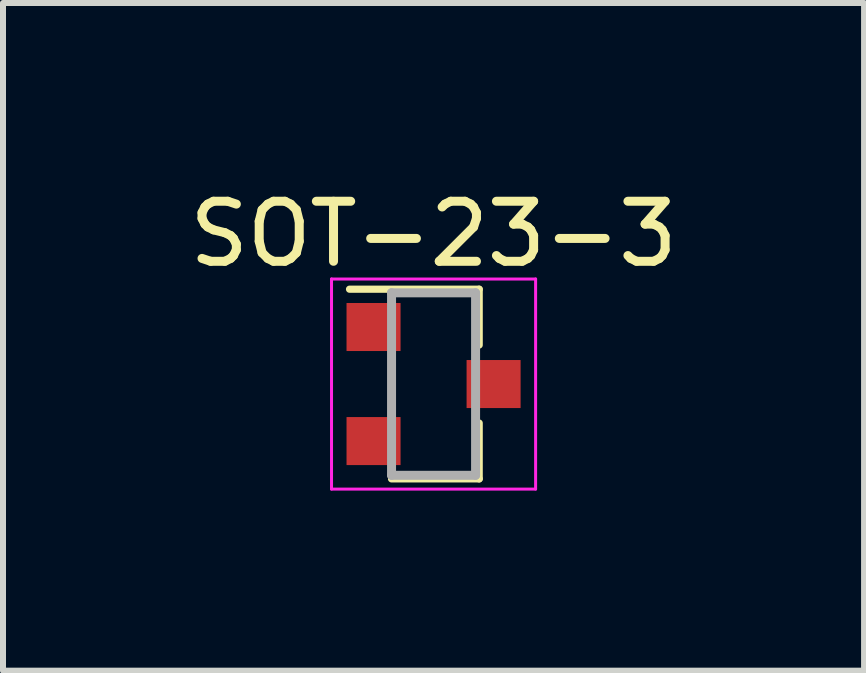
<source format=kicad_pcb>
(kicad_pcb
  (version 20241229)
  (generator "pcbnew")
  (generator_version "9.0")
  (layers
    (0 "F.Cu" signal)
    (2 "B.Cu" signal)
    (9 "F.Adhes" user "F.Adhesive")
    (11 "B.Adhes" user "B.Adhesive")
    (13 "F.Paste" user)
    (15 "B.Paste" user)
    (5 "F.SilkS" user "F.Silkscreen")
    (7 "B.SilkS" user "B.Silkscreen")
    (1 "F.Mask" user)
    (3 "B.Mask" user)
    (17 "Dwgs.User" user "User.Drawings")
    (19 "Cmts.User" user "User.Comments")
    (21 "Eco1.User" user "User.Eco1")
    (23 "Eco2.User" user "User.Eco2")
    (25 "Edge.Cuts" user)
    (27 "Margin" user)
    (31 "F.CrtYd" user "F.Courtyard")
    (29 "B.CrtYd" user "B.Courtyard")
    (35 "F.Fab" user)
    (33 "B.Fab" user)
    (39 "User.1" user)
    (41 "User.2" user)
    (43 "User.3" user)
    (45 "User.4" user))
  (footprint "SOT-23-3"
    (layer "F.Cu")
    (at 4.173 3.348)
    (property "Reference" "SOT-23-3" (at 0 -2.5 0) (layer "F.SilkS") (effects (font (size 1 1) (thickness 0.15))))
    (attr smd)
    (fp_line (start 0.76 -1.58) (end -1.4 -1.58) (stroke (width 0.12) (type solid)) (layer "F.SilkS"))
    (fp_line (start 0.76 -1.58) (end 0.76 -0.65) (stroke (width 0.12) (type solid)) (layer "F.SilkS"))
    (fp_line (start 0.76 1.58) (end -0.7 1.58) (stroke (width 0.12) (type solid)) (layer "F.SilkS"))
    (fp_line (start 0.76 1.58) (end 0.76 0.65) (stroke (width 0.12) (type solid)) (layer "F.SilkS"))
    (fp_line (start -1.7 -1.75) (end 1.7 -1.75) (stroke (width 0.05) (type solid)) (layer "F.CrtYd"))
    (fp_line (start -1.7 1.75) (end -1.7 -1.75) (stroke (width 0.05) (type solid)) (layer "F.CrtYd"))
    (fp_line (start 1.7 -1.75) (end 1.7 1.75) (stroke (width 0.05) (type solid)) (layer "F.CrtYd"))
    (fp_line (start 1.7 1.75) (end -1.7 1.75) (stroke (width 0.05) (type solid)) (layer "F.CrtYd"))
    (fp_line (start -0.7 -1.52) (end -0.7 1.52) (stroke (width 0.15) (type solid)) (layer "F.Fab"))
    (fp_line (start -0.7 -1.52) (end 0.7 -1.52) (stroke (width 0.15) (type solid)) (layer "F.Fab"))
    (fp_line (start -0.7 1.52) (end 0.7 1.52) (stroke (width 0.15) (type solid)) (layer "F.Fab"))
    (fp_line (start 0.7 -1.52) (end 0.7 1.52) (stroke (width 0.15) (type solid)) (layer "F.Fab"))
    (pad "1" smd rect (at -1 -0.95) (size 0.9 0.8) (layers "F.Cu" "F.Mask" "F.Paste"))
    (pad "2" smd rect (at -1 0.95) (size 0.9 0.8) (layers "F.Cu" "F.Mask" "F.Paste"))
    (pad "3" smd rect (at 1 0) (size 0.9 0.8) (layers "F.Cu" "F.Mask" "F.Paste")))
  (gr_rect
    (start -3 -3)
    (end 11.345 8.123)
    (stroke (width 0.1) (type default))
    (fill no)
    (layer "Edge.Cuts")))
</source>
